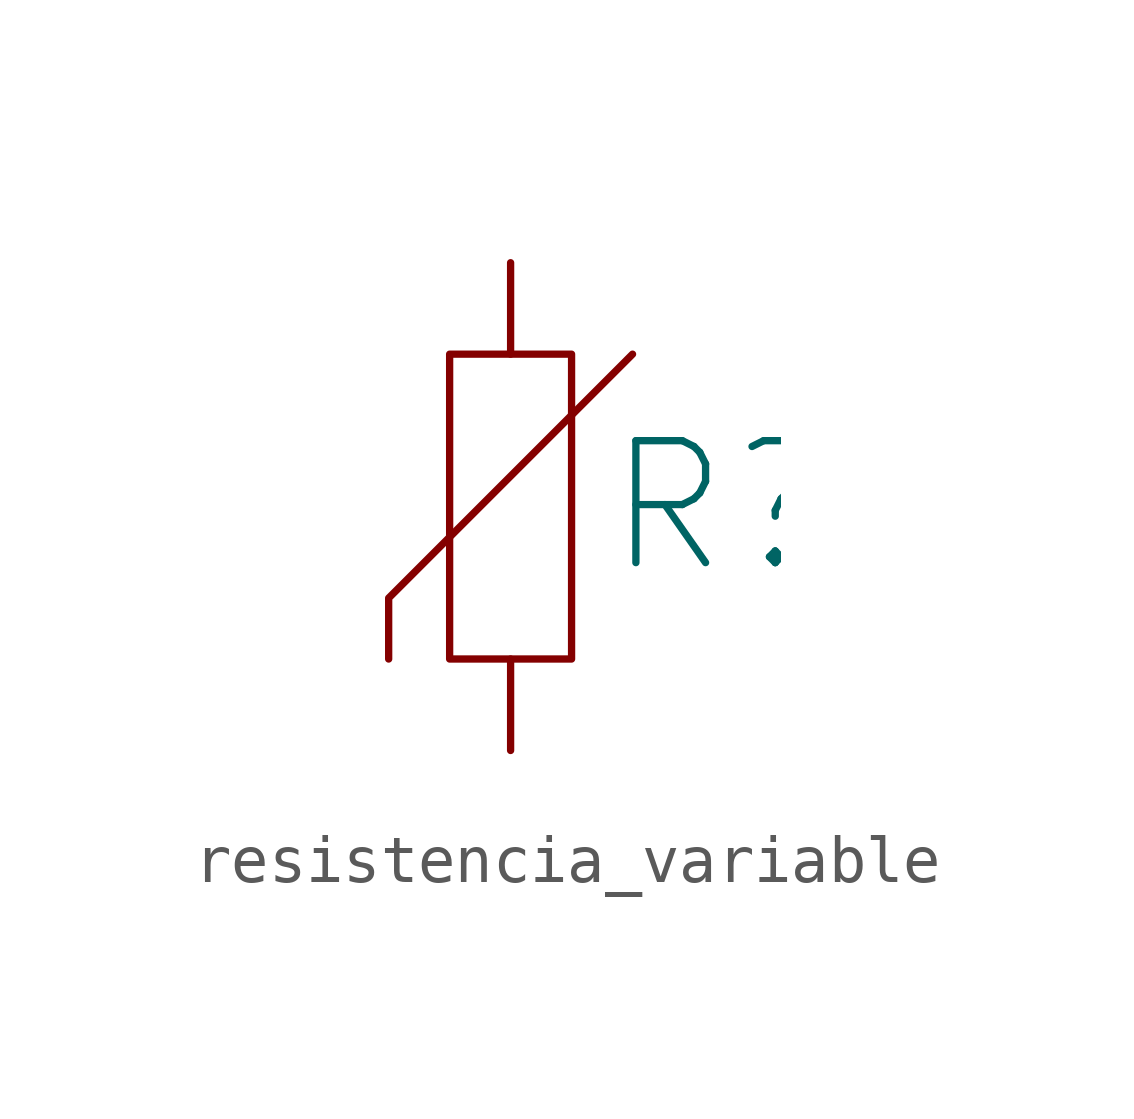
<source format=kicad_sym>
(kicad_symbol_lib
  (version 20231120)
  (generator "kicad_symbol_editor")
  (generator_version "8.0")
  (symbol "resistencia_variable"
    (pin_names
      (offset 1.016))
    (property "Reference" "R"
      (at 1.905 -5.08 0)
      (effects (font (size 2.54 2.54)) (justify left)))
    (symbol "resistencia_variable_0_1"
      (rectangle (start -1.27 -1.905) (end 1.27 -8.255) (stroke (width 0) (type default)) (fill (type none))))
    (symbol "resistencia_variable_1_0"
      (polyline (pts (xy -2.54 -8.255) (xy -2.54 -6.985) (xy 2.54 -1.905)) (stroke (width 0) (type default)) (fill (type none))))
    (symbol "resistencia_variable_1_1"
      (pin input line (at 0 -10.16 90) (length 1.905) (name "" (effects (font (size 1.27 1.27)))) (number "" (effects (font (size 1.143 1.143)))))
      (pin input line (at 0 0 270) (length 1.905) (name "" (effects (font (size 1.27 1.27)))) (number "" (effects (font (size 1.143 1.143))))))))
</source>
